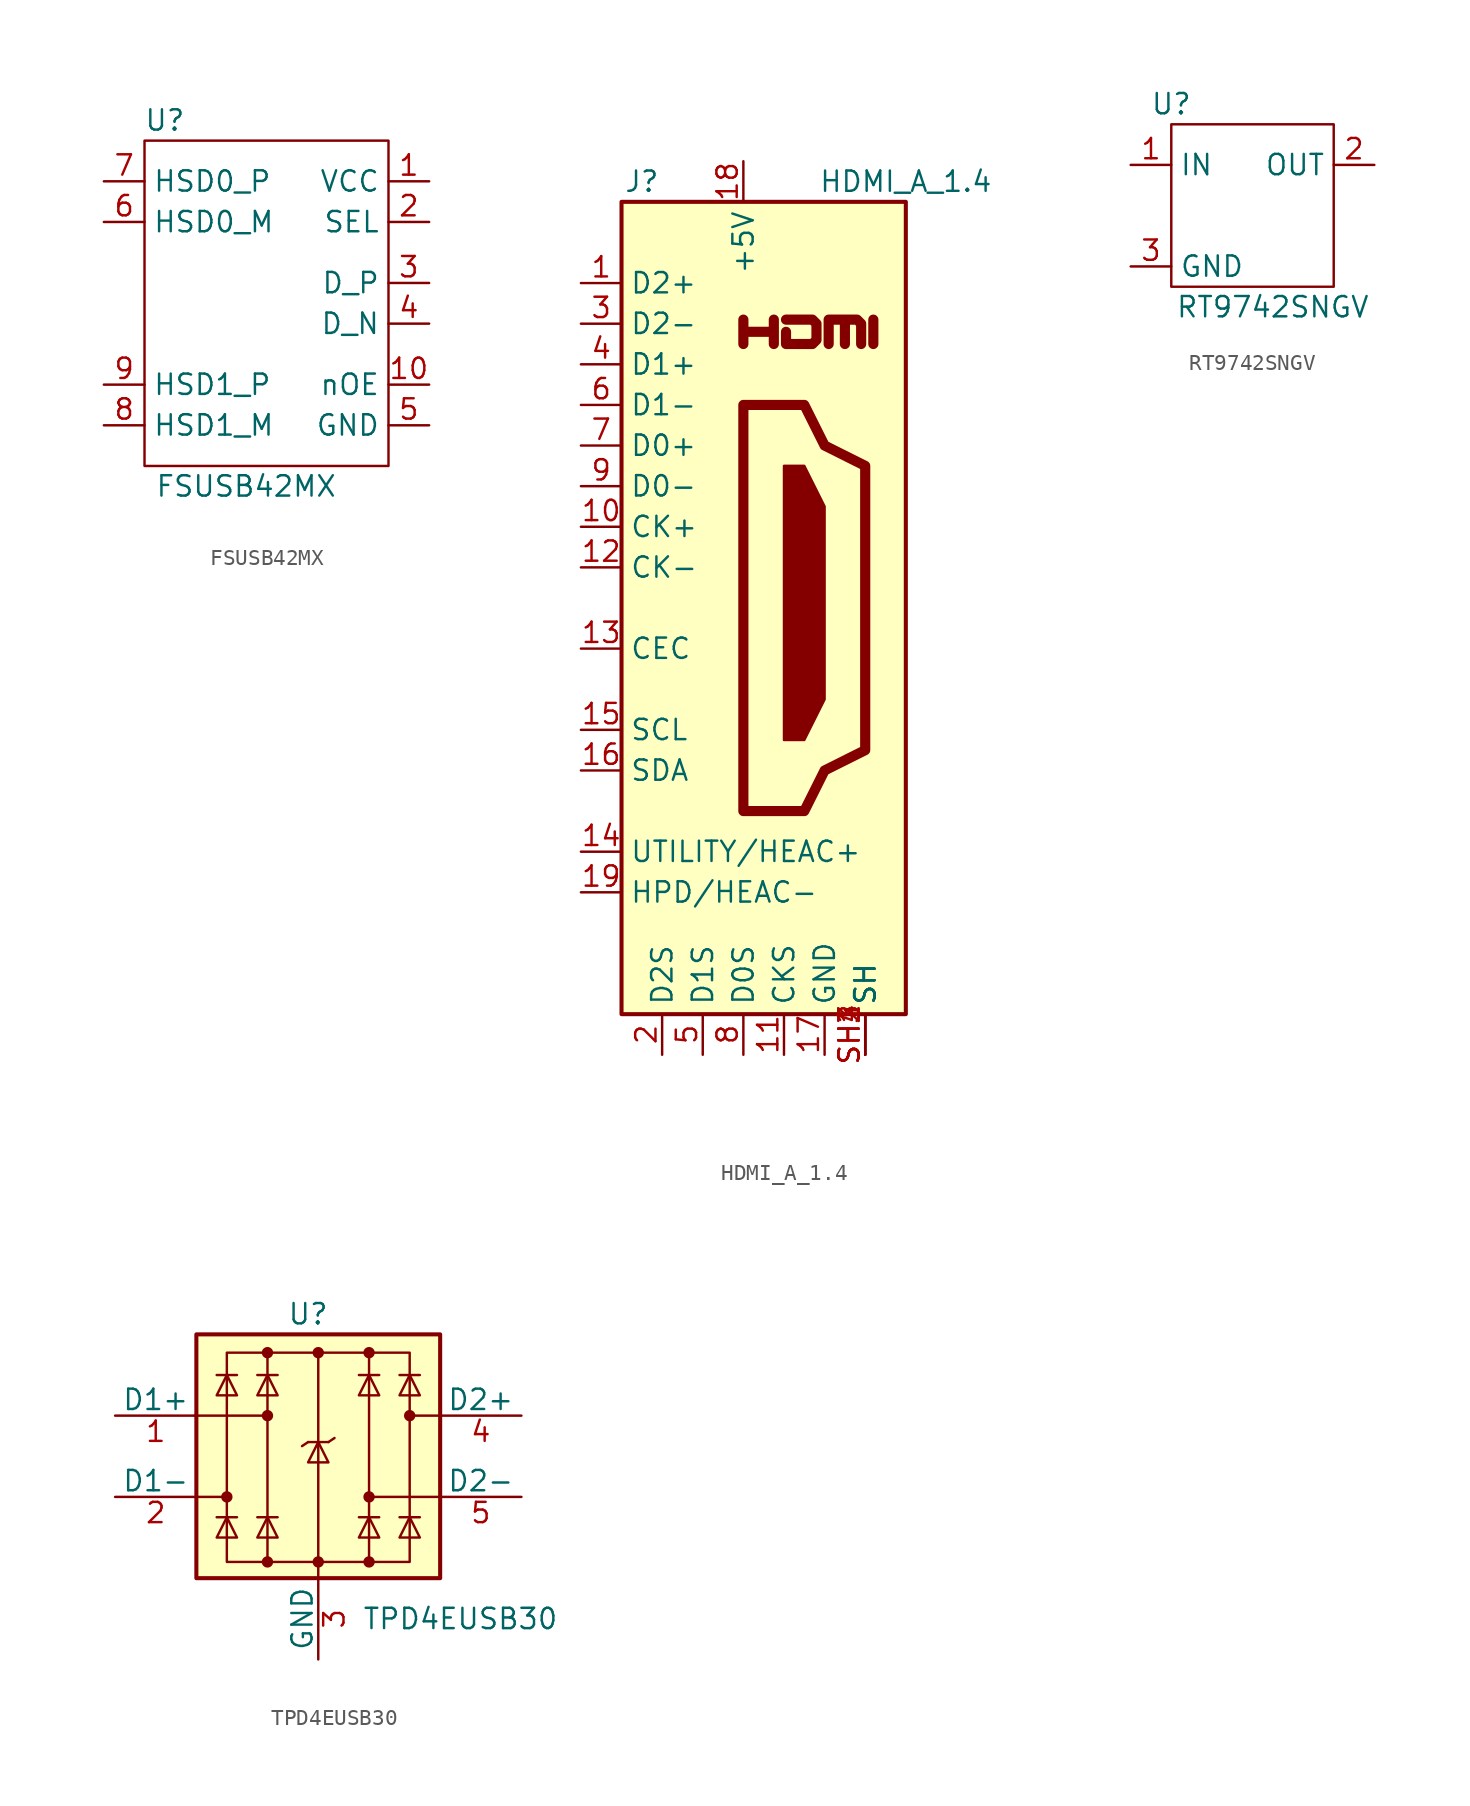
<source format=kicad_sym>
(kicad_symbol_lib
  (version 20211014)
  (generator kicad_symbol_editor)
  (symbol "FSUSB42MX"
    (property "Reference" "U"
      (at -7.62 20.32 0)
      (effects (font (size 1.27 1.27))))
    (property "Value" "FSUSB42MX"
      (at -2.54 -2.54 0)
      (effects (font (size 1.27 1.27))))
    (symbol "FSUSB42MX_0_0"
      (pin power_in line (at 8.89 16.51 180) (length 2.54) (name "VCC" (effects (font (size 1.27 1.27)))) (number "1" (effects (font (size 1.27 1.27)))))
      (pin input line (at 8.89 3.81 180) (length 2.54) (name "nOE" (effects (font (size 1.27 1.27)))) (number "10" (effects (font (size 1.27 1.27)))))
      (pin input line (at 8.89 13.97 180) (length 2.54) (name "SEL" (effects (font (size 1.27 1.27)))) (number "2" (effects (font (size 1.27 1.27)))))
      (pin bidirectional line (at 8.89 10.16 180) (length 2.54) (name "D_P" (effects (font (size 1.27 1.27)))) (number "3" (effects (font (size 1.27 1.27)))))
      (pin bidirectional line (at 8.89 7.62 180) (length 2.54) (name "D_N" (effects (font (size 1.27 1.27)))) (number "4" (effects (font (size 1.27 1.27)))))
      (pin power_in line (at 8.89 1.27 180) (length 2.54) (name "GND" (effects (font (size 1.27 1.27)))) (number "5" (effects (font (size 1.27 1.27)))))
      (pin bidirectional line (at -11.43 13.97 0) (length 2.54) (name "HSD0_M" (effects (font (size 1.27 1.27)))) (number "6" (effects (font (size 1.27 1.27)))))
      (pin bidirectional line (at -11.43 16.51 0) (length 2.54) (name "HSD0_P" (effects (font (size 1.27 1.27)))) (number "7" (effects (font (size 1.27 1.27)))))
      (pin bidirectional line (at -11.43 1.27 0) (length 2.54) (name "HSD1_M" (effects (font (size 1.27 1.27)))) (number "8" (effects (font (size 1.27 1.27)))))
      (pin bidirectional line (at -11.43 3.81 0) (length 2.54) (name "HSD1_P" (effects (font (size 1.27 1.27)))) (number "9" (effects (font (size 1.27 1.27))))))
    (symbol "FSUSB42MX_0_1"
      (rectangle (start -8.89 19.05) (end 6.35 -1.27) (stroke (width 0) (type default) (color 0 0 0 0)) (fill (type none)))))
  (symbol "HDMI_A_1.4"
    (property "Reference" "J"
      (at -6.35 26.67 0)
      (effects (font (size 1.27 1.27))))
    (property "Value" "HDMI_A_1.4"
      (at 10.16 26.67 0)
      (effects (font (size 1.27 1.27))))
    (symbol "HDMI_A_1.4_0_0"
      (polyline (pts (xy 8.128 16.51) (xy 8.128 18.034)) (stroke (width 0.635) (type default) (color 0 0 0 0)) (fill (type none)))
      (polyline (pts (xy 0 16.51) (xy 0 18.034) (xy 0 17.272) (xy 1.905 17.272) (xy 1.905 18.034) (xy 1.905 16.51)) (stroke (width 0.635) (type default) (color 0 0 0 0)) (fill (type none)))
      (polyline (pts (xy 2.667 18.034) (xy 4.318 18.034) (xy 4.572 17.78) (xy 4.572 16.764) (xy 4.318 16.51) (xy 2.667 16.51) (xy 2.667 17.272)) (stroke (width 0.635) (type default) (color 0 0 0 0)) (fill (type none)))
      (pin passive line (at 7.62 -27.94 90) (length 2.54) (name "SH" (effects (font (size 1.27 1.27)))) (number "SH2" (effects (font (size 1.27 1.27)))))
      (pin passive line (at 7.62 -27.94 90) (length 2.54) (name "SH" (effects (font (size 1.27 1.27)))) (number "SH3" (effects (font (size 1.27 1.27)))))
      (pin passive line (at 7.62 -27.94 90) (length 2.54) (name "SH" (effects (font (size 1.27 1.27)))) (number "SH4" (effects (font (size 1.27 1.27))))))
    (symbol "HDMI_A_1.4_0_1"
      (rectangle (start -7.62 25.4) (end 10.16 -25.4) (stroke (width 0.254) (type default) (color 0 0 0 0)) (fill (type background)))
      (polyline (pts (xy 2.54 8.89) (xy 3.81 8.89) (xy 5.08 6.35) (xy 5.08 -5.715) (xy 3.81 -8.255) (xy 2.54 -8.255) (xy 2.54 8.89)) (stroke (width 0) (type default) (color 0 0 0 0)) (fill (type outline)))
      (polyline (pts (xy 5.334 16.51) (xy 5.334 18.034) (xy 6.35 18.034) (xy 6.35 16.51) (xy 6.35 18.034) (xy 7.112 18.034) (xy 7.366 17.78) (xy 7.366 16.51)) (stroke (width 0.635) (type default) (color 0 0 0 0)) (fill (type none)))
      (polyline (pts (xy 0 12.7) (xy 0 -12.7) (xy 3.81 -12.7) (xy 5.08 -10.16) (xy 7.62 -8.89) (xy 7.62 8.89) (xy 5.08 10.16) (xy 3.81 12.7) (xy 0 12.7)) (stroke (width 0.635) (type default) (color 0 0 0 0)) (fill (type none))))
    (symbol "HDMI_A_1.4_1_1"
      (pin passive line (at -10.16 20.32 0) (length 2.54) (name "D2+" (effects (font (size 1.27 1.27)))) (number "1" (effects (font (size 1.27 1.27)))))
      (pin passive line (at -10.16 5.08 0) (length 2.54) (name "CK+" (effects (font (size 1.27 1.27)))) (number "10" (effects (font (size 1.27 1.27)))))
      (pin power_in line (at 2.54 -27.94 90) (length 2.54) (name "CKS" (effects (font (size 1.27 1.27)))) (number "11" (effects (font (size 1.27 1.27)))))
      (pin passive line (at -10.16 2.54 0) (length 2.54) (name "CK-" (effects (font (size 1.27 1.27)))) (number "12" (effects (font (size 1.27 1.27)))))
      (pin bidirectional line (at -10.16 -2.54 0) (length 2.54) (name "CEC" (effects (font (size 1.27 1.27)))) (number "13" (effects (font (size 1.27 1.27)))))
      (pin passive line (at -10.16 -15.24 0) (length 2.54) (name "UTILITY/HEAC+" (effects (font (size 1.27 1.27)))) (number "14" (effects (font (size 1.27 1.27)))))
      (pin passive line (at -10.16 -7.62 0) (length 2.54) (name "SCL" (effects (font (size 1.27 1.27)))) (number "15" (effects (font (size 1.27 1.27)))))
      (pin bidirectional line (at -10.16 -10.16 0) (length 2.54) (name "SDA" (effects (font (size 1.27 1.27)))) (number "16" (effects (font (size 1.27 1.27)))))
      (pin power_in line (at 5.08 -27.94 90) (length 2.54) (name "GND" (effects (font (size 1.27 1.27)))) (number "17" (effects (font (size 1.27 1.27)))))
      (pin power_in line (at 0 27.94 270) (length 2.54) (name "+5V" (effects (font (size 1.27 1.27)))) (number "18" (effects (font (size 1.27 1.27)))))
      (pin passive line (at -10.16 -17.78 0) (length 2.54) (name "HPD/HEAC-" (effects (font (size 1.27 1.27)))) (number "19" (effects (font (size 1.27 1.27)))))
      (pin power_in line (at -5.08 -27.94 90) (length 2.54) (name "D2S" (effects (font (size 1.27 1.27)))) (number "2" (effects (font (size 1.27 1.27)))))
      (pin passive line (at -10.16 17.78 0) (length 2.54) (name "D2-" (effects (font (size 1.27 1.27)))) (number "3" (effects (font (size 1.27 1.27)))))
      (pin passive line (at -10.16 15.24 0) (length 2.54) (name "D1+" (effects (font (size 1.27 1.27)))) (number "4" (effects (font (size 1.27 1.27)))))
      (pin power_in line (at -2.54 -27.94 90) (length 2.54) (name "D1S" (effects (font (size 1.27 1.27)))) (number "5" (effects (font (size 1.27 1.27)))))
      (pin passive line (at -10.16 12.7 0) (length 2.54) (name "D1-" (effects (font (size 1.27 1.27)))) (number "6" (effects (font (size 1.27 1.27)))))
      (pin passive line (at -10.16 10.16 0) (length 2.54) (name "D0+" (effects (font (size 1.27 1.27)))) (number "7" (effects (font (size 1.27 1.27)))))
      (pin power_in line (at 0 -27.94 90) (length 2.54) (name "D0S" (effects (font (size 1.27 1.27)))) (number "8" (effects (font (size 1.27 1.27)))))
      (pin passive line (at -10.16 7.62 0) (length 2.54) (name "D0-" (effects (font (size 1.27 1.27)))) (number "9" (effects (font (size 1.27 1.27)))))
      (pin passive line (at 7.62 -27.94 90) (length 2.54) (name "SH" (effects (font (size 1.27 1.27)))) (number "SH1" (effects (font (size 1.27 1.27)))))))
  (symbol "RT9742SNGV"
    (property "Reference" "U"
      (at -2.54 7.62 0)
      (effects (font (size 1.27 1.27))))
    (property "Value" "RT9742SNGV"
      (at 3.81 -5.08 0)
      (effects (font (size 1.27 1.27))))
    (symbol "RT9742SNGV_0_1"
      (rectangle (start -2.54 6.35) (end 7.62 -3.81) (stroke (width 0) (type default) (color 0 0 0 0)) (fill (type none))))
    (symbol "RT9742SNGV_1_1"
      (pin power_in line (at -5.08 3.81 0) (length 2.54) (name "IN" (effects (font (size 1.27 1.27)))) (number "1" (effects (font (size 1.27 1.27)))))
      (pin power_in line (at 10.16 3.81 180) (length 2.54) (name "OUT" (effects (font (size 1.27 1.27)))) (number "2" (effects (font (size 1.27 1.27)))))
      (pin power_in line (at -5.08 -2.54 0) (length 2.54) (name "GND" (effects (font (size 1.27 1.27)))) (number "3" (effects (font (size 1.27 1.27)))))))
  (symbol "TPD4EUSB30"
    (pin_names
      (offset 0))
    (property "Reference" "U"
      (at -0.635 8.89 0)
      (effects (font (size 1.27 1.27))))
    (property "Value" "TPD4EUSB30"
      (at 8.89 -10.16 0)
      (effects (font (size 1.27 1.27))))
    (symbol "TPD4EUSB30_0_0"
      (rectangle (start -5.715 6.477) (end 5.715 -6.604) (stroke (width 0) (type default) (color 0 0 0 0)) (fill (type none)))
      (polyline (pts (xy -3.175 -6.604) (xy -3.175 6.477)) (stroke (width 0) (type default) (color 0 0 0 0)) (fill (type none)))
      (polyline (pts (xy 0 6.477) (xy 0 -6.604)) (stroke (width 0) (type default) (color 0 0 0 0)) (fill (type none)))
      (polyline (pts (xy 3.175 6.477) (xy 3.175 -6.604)) (stroke (width 0) (type default) (color 0 0 0 0)) (fill (type none))))
    (symbol "TPD4EUSB30_0_1"
      (rectangle (start -7.62 7.62) (end 7.62 -7.62) (stroke (width 0.254) (type default) (color 0 0 0 0)) (fill (type background)))
      (circle (center -5.715 -2.54) (radius 0.279) (stroke (width 0) (type default) (color 0 0 0 0)) (fill (type outline)))
      (circle (center -3.175 -6.604) (radius 0.279) (stroke (width 0) (type default) (color 0 0 0 0)) (fill (type outline)))
      (circle (center -3.175 2.54) (radius 0.279) (stroke (width 0) (type default) (color 0 0 0 0)) (fill (type outline)))
      (circle (center -3.175 6.477) (radius 0.279) (stroke (width 0) (type default) (color 0 0 0 0)) (fill (type outline)))
      (circle (center 0 -6.604) (radius 0.279) (stroke (width 0) (type default) (color 0 0 0 0)) (fill (type outline)))
      (polyline (pts (xy -7.747 2.54) (xy -3.175 2.54)) (stroke (width 0) (type default) (color 0 0 0 0)) (fill (type none)))
      (polyline (pts (xy -7.62 -2.54) (xy -5.715 -2.54)) (stroke (width 0) (type default) (color 0 0 0 0)) (fill (type none)))
      (polyline (pts (xy -5.08 -3.81) (xy -6.35 -3.81)) (stroke (width 0) (type default) (color 0 0 0 0)) (fill (type none)))
      (polyline (pts (xy -5.08 5.08) (xy -6.35 5.08)) (stroke (width 0) (type default) (color 0 0 0 0)) (fill (type none)))
      (polyline (pts (xy -2.54 -3.81) (xy -3.81 -3.81)) (stroke (width 0) (type default) (color 0 0 0 0)) (fill (type none)))
      (polyline (pts (xy -2.54 5.08) (xy -3.81 5.08)) (stroke (width 0) (type default) (color 0 0 0 0)) (fill (type none)))
      (polyline (pts (xy -0.635 0.889) (xy -1.016 0.635)) (stroke (width 0) (type default) (color 0 0 0 0)) (fill (type none)))
      (polyline (pts (xy 0 -6.604) (xy 0 -7.62)) (stroke (width 0) (type default) (color 0 0 0 0)) (fill (type none)))
      (polyline (pts (xy 0.635 0.889) (xy -0.635 0.889)) (stroke (width 0) (type default) (color 0 0 0 0)) (fill (type none)))
      (polyline (pts (xy 0.635 0.889) (xy 1.016 1.143)) (stroke (width 0) (type default) (color 0 0 0 0)) (fill (type none)))
      (polyline (pts (xy 3.81 -3.81) (xy 2.54 -3.81)) (stroke (width 0) (type default) (color 0 0 0 0)) (fill (type none)))
      (polyline (pts (xy 3.81 5.08) (xy 2.54 5.08)) (stroke (width 0) (type default) (color 0 0 0 0)) (fill (type none)))
      (polyline (pts (xy 6.35 -3.81) (xy 5.08 -3.81)) (stroke (width 0) (type default) (color 0 0 0 0)) (fill (type none)))
      (polyline (pts (xy 6.35 5.08) (xy 5.08 5.08)) (stroke (width 0) (type default) (color 0 0 0 0)) (fill (type none)))
      (polyline (pts (xy 7.62 -2.54) (xy 3.175 -2.54)) (stroke (width 0) (type default) (color 0 0 0 0)) (fill (type none)))
      (polyline (pts (xy 7.62 2.54) (xy 5.715 2.54)) (stroke (width 0) (type default) (color 0 0 0 0)) (fill (type none)))
      (polyline (pts (xy -5.08 -5.08) (xy -6.35 -5.08) (xy -5.715 -3.81) (xy -5.08 -5.08)) (stroke (width 0) (type default) (color 0 0 0 0)) (fill (type none)))
      (polyline (pts (xy -5.08 3.81) (xy -6.35 3.81) (xy -5.715 5.08) (xy -5.08 3.81)) (stroke (width 0) (type default) (color 0 0 0 0)) (fill (type none)))
      (polyline (pts (xy -2.54 -5.08) (xy -3.81 -5.08) (xy -3.175 -3.81) (xy -2.54 -5.08)) (stroke (width 0) (type default) (color 0 0 0 0)) (fill (type none)))
      (polyline (pts (xy -2.54 3.81) (xy -3.81 3.81) (xy -3.175 5.08) (xy -2.54 3.81)) (stroke (width 0) (type default) (color 0 0 0 0)) (fill (type none)))
      (polyline (pts (xy 0.635 -0.381) (xy -0.635 -0.381) (xy 0 0.889) (xy 0.635 -0.381)) (stroke (width 0) (type default) (color 0 0 0 0)) (fill (type none)))
      (polyline (pts (xy 3.81 -5.08) (xy 2.54 -5.08) (xy 3.175 -3.81) (xy 3.81 -5.08)) (stroke (width 0) (type default) (color 0 0 0 0)) (fill (type none)))
      (polyline (pts (xy 3.81 3.81) (xy 2.54 3.81) (xy 3.175 5.08) (xy 3.81 3.81)) (stroke (width 0) (type default) (color 0 0 0 0)) (fill (type none)))
      (polyline (pts (xy 6.35 -5.08) (xy 5.08 -5.08) (xy 5.715 -3.81) (xy 6.35 -5.08)) (stroke (width 0) (type default) (color 0 0 0 0)) (fill (type none)))
      (polyline (pts (xy 6.35 3.81) (xy 5.08 3.81) (xy 5.715 5.08) (xy 6.35 3.81)) (stroke (width 0) (type default) (color 0 0 0 0)) (fill (type none)))
      (circle (center 0 6.477) (radius 0.279) (stroke (width 0) (type default) (color 0 0 0 0)) (fill (type outline)))
      (circle (center 3.175 -6.604) (radius 0.279) (stroke (width 0) (type default) (color 0 0 0 0)) (fill (type outline)))
      (circle (center 3.175 -2.54) (radius 0.279) (stroke (width 0) (type default) (color 0 0 0 0)) (fill (type outline)))
      (circle (center 3.175 6.477) (radius 0.279) (stroke (width 0) (type default) (color 0 0 0 0)) (fill (type outline)))
      (circle (center 5.715 2.54) (radius 0.279) (stroke (width 0) (type default) (color 0 0 0 0)) (fill (type outline))))
    (symbol "TPD4EUSB30_1_1"
      (pin passive line (at -12.7 2.54 0) (length 5.08) (name "D1+" (effects (font (size 1.27 1.27)))) (number "1" (effects (font (size 1.27 1.27)))))
      (pin passive line (at -12.7 2.54 0) (length 5.08) hide (name "~" (effects (font (size 1.27 1.27)))) (number "10" (effects (font (size 1.27 1.27)))))
      (pin passive line (at -12.7 -2.54 0) (length 5.08) (name "D1-" (effects (font (size 1.27 1.27)))) (number "2" (effects (font (size 1.27 1.27)))))
      (pin power_in line (at 0 -12.7 90) (length 5.08) (name "GND" (effects (font (size 1.27 1.27)))) (number "3" (effects (font (size 1.27 1.27)))))
      (pin passive line (at 12.7 2.54 180) (length 5.08) (name "D2+" (effects (font (size 1.27 1.27)))) (number "4" (effects (font (size 1.27 1.27)))))
      (pin passive line (at 12.7 -2.54 180) (length 5.08) (name "D2-" (effects (font (size 1.27 1.27)))) (number "5" (effects (font (size 1.27 1.27)))))
      (pin passive line (at 12.7 -2.54 180) (length 5.08) hide (name "~" (effects (font (size 1.27 1.27)))) (number "6" (effects (font (size 1.27 1.27)))))
      (pin passive line (at 12.7 2.54 180) (length 5.08) hide (name "~" (effects (font (size 1.27 1.27)))) (number "7" (effects (font (size 1.27 1.27)))))
      (pin passive line (at 0 -12.7 90) (length 5.08) hide (name "GND" (effects (font (size 1.27 1.27)))) (number "8" (effects (font (size 1.27 1.27)))))
      (pin passive line (at -12.7 -2.54 0) (length 5.08) hide (name "~" (effects (font (size 1.27 1.27)))) (number "9" (effects (font (size 1.27 1.27))))))))
</source>
